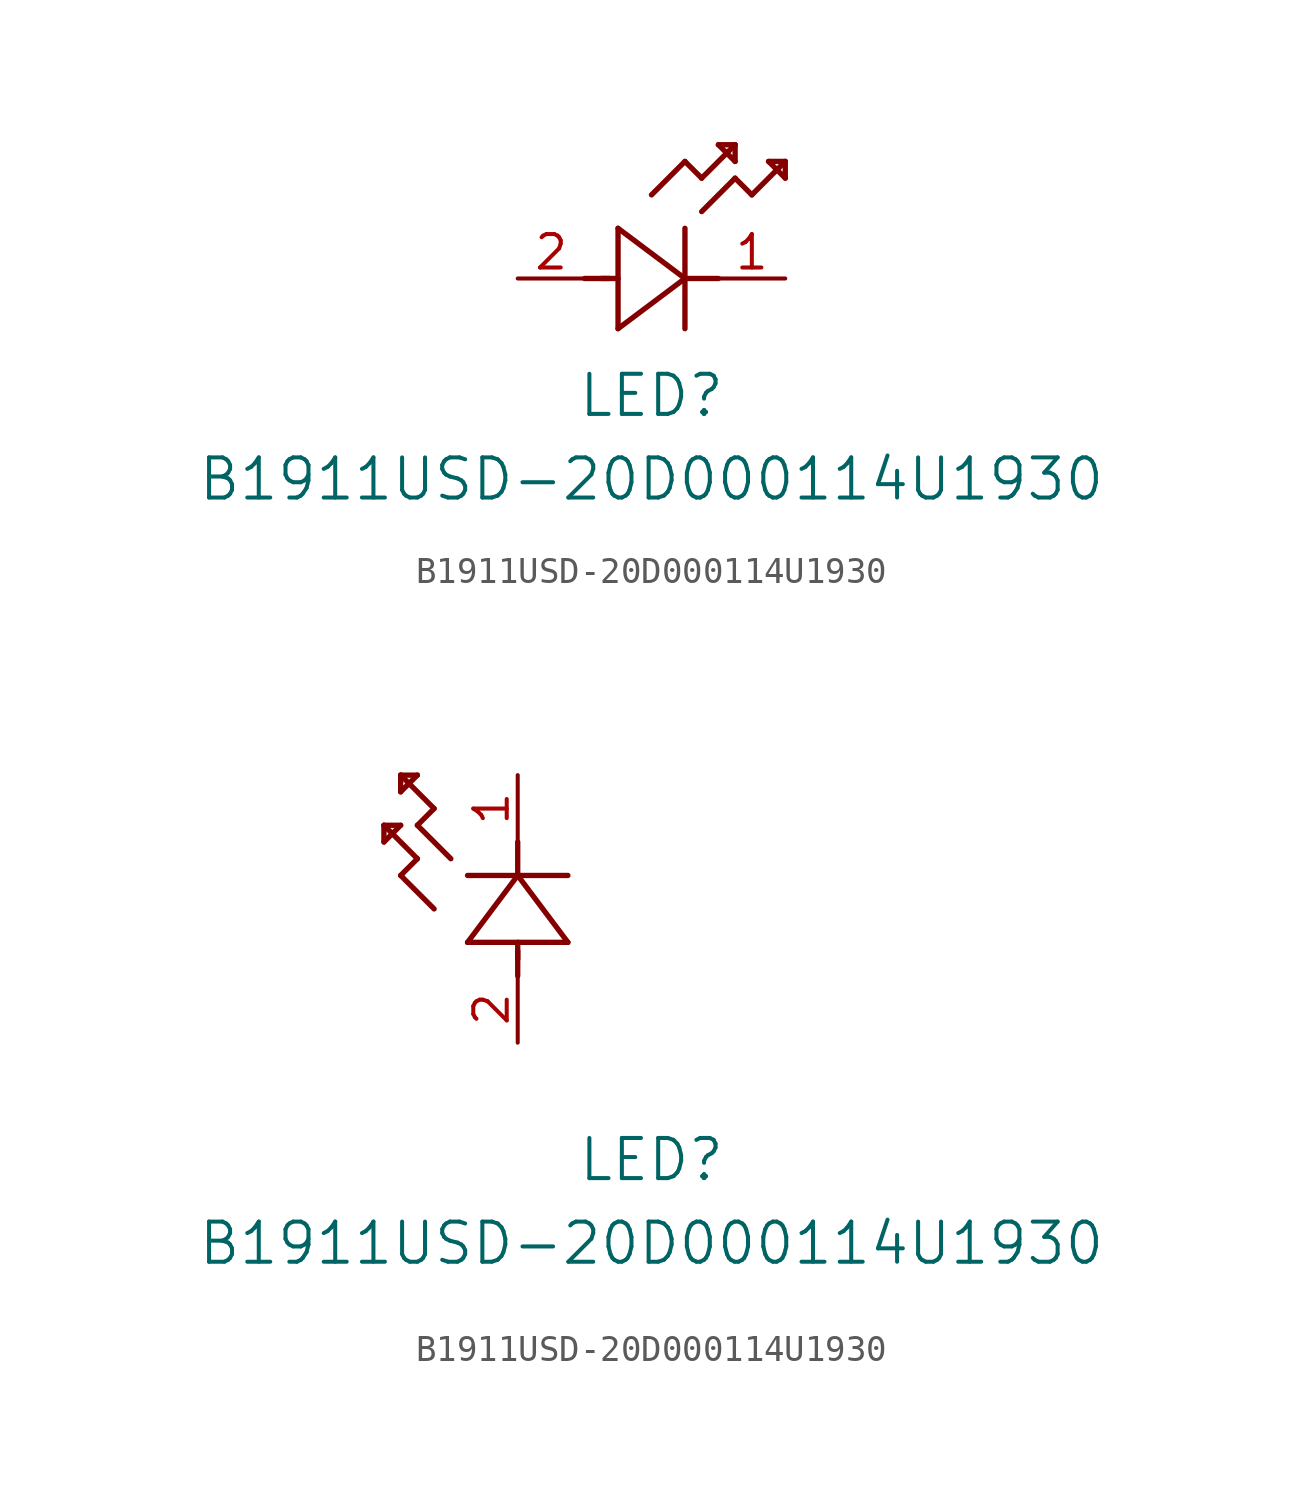
<source format=kicad_sym>
(kicad_symbol_lib
  (version 20211014)
  (generator kicad_symbol_editor)
  (symbol "B1911USD-20D000114U1930"
    (pin_names
      (offset 0.254))
    (property "Reference" "LED"
      (at 5.08 -4.445 0)
      (effects (font (size 1.524 1.524))))
    (property "Value" "B1911USD-20D000114U1930"
      (at 5.08 -7.62 0)
      (effects (font (size 1.524 1.524))))
    (symbol "B1911USD-20D000114U1930_1_1"
      (polyline (pts (xy 2.54 0) (xy 3.48 0)) (stroke (width 0.203) (type default) (color 0 0 0 0)) (fill (type none)))
      (polyline (pts (xy 3.81 1.905) (xy 3.81 -1.905)) (stroke (width 0.203) (type default) (color 0 0 0 0)) (fill (type none)))
      (polyline (pts (xy 3.175 0) (xy 3.81 0)) (stroke (width 0.203) (type default) (color 0 0 0 0)) (fill (type none)))
      (polyline (pts (xy 6.35 -1.905) (xy 6.35 1.905)) (stroke (width 0.203) (type default) (color 0 0 0 0)) (fill (type none)))
      (polyline (pts (xy 6.35 0) (xy 7.62 0)) (stroke (width 0.203) (type default) (color 0 0 0 0)) (fill (type none)))
      (polyline (pts (xy 6.35 4.445) (xy 6.985 3.81)) (stroke (width 0.203) (type default) (color 0 0 0 0)) (fill (type none)))
      (polyline (pts (xy 6.985 3.81) (xy 8.255 5.08)) (stroke (width 0.203) (type default) (color 0 0 0 0)) (fill (type none)))
      (polyline (pts (xy 8.255 3.81) (xy 8.89 3.175)) (stroke (width 0.203) (type default) (color 0 0 0 0)) (fill (type none)))
      (polyline (pts (xy 8.89 3.175) (xy 10.16 4.445)) (stroke (width 0.203) (type default) (color 0 0 0 0)) (fill (type none)))
      (polyline (pts (xy 8.255 5.08) (xy 7.62 5.08)) (stroke (width 0.203) (type default) (color 0 0 0 0)) (fill (type none)))
      (polyline (pts (xy 7.62 5.08) (xy 8.255 4.445)) (stroke (width 0.203) (type default) (color 0 0 0 0)) (fill (type none)))
      (polyline (pts (xy 8.255 4.445) (xy 8.255 5.08)) (stroke (width 0.203) (type default) (color 0 0 0 0)) (fill (type none)))
      (polyline (pts (xy 10.16 4.445) (xy 9.525 4.445)) (stroke (width 0.203) (type default) (color 0 0 0 0)) (fill (type none)))
      (polyline (pts (xy 9.525 4.445) (xy 10.16 3.81)) (stroke (width 0.203) (type default) (color 0 0 0 0)) (fill (type none)))
      (polyline (pts (xy 10.16 3.81) (xy 10.16 4.445)) (stroke (width 0.203) (type default) (color 0 0 0 0)) (fill (type none)))
      (polyline (pts (xy 6.985 2.54) (xy 8.255 3.81)) (stroke (width 0.203) (type default) (color 0 0 0 0)) (fill (type none)))
      (polyline (pts (xy 6.35 0) (xy 3.81 1.905)) (stroke (width 0.203) (type default) (color 0 0 0 0)) (fill (type none)))
      (polyline (pts (xy 3.81 -1.905) (xy 6.35 0)) (stroke (width 0.203) (type default) (color 0 0 0 0)) (fill (type none)))
      (polyline (pts (xy 5.08 3.175) (xy 6.35 4.445)) (stroke (width 0.203) (type default) (color 0 0 0 0)) (fill (type none)))
      (pin unspecified line (at 10.16 0 180) (length 2.54) (name "" (effects (font (size 1.27 1.27)))) (number "1" (effects (font (size 1.27 1.27)))))
      (pin unspecified line (at 0 0 0) (length 2.54) (name "" (effects (font (size 1.27 1.27)))) (number "2" (effects (font (size 1.27 1.27))))))
    (symbol "B1911USD-20D000114U1930_1_2"
      (polyline (pts (xy 0 2.54) (xy 0 3.48)) (stroke (width 0.203) (type default) (color 0 0 0 0)) (fill (type none)))
      (polyline (pts (xy -1.905 3.81) (xy 1.905 3.81)) (stroke (width 0.203) (type default) (color 0 0 0 0)) (fill (type none)))
      (polyline (pts (xy 0 3.175) (xy 0 3.81)) (stroke (width 0.203) (type default) (color 0 0 0 0)) (fill (type none)))
      (polyline (pts (xy 1.905 6.35) (xy -1.905 6.35)) (stroke (width 0.203) (type default) (color 0 0 0 0)) (fill (type none)))
      (polyline (pts (xy 0 6.35) (xy 0 7.62)) (stroke (width 0.203) (type default) (color 0 0 0 0)) (fill (type none)))
      (polyline (pts (xy 0 6.35) (xy -1.905 3.81)) (stroke (width 0.203) (type default) (color 0 0 0 0)) (fill (type none)))
      (polyline (pts (xy 1.905 3.81) (xy 0 6.35)) (stroke (width 0.203) (type default) (color 0 0 0 0)) (fill (type none)))
      (polyline (pts (xy -4.445 6.35) (xy -3.81 6.985)) (stroke (width 0.203) (type default) (color 0 0 0 0)) (fill (type none)))
      (polyline (pts (xy -2.54 6.985) (xy -3.81 8.255)) (stroke (width 0.203) (type default) (color 0 0 0 0)) (fill (type none)))
      (polyline (pts (xy -3.175 5.08) (xy -4.445 6.35)) (stroke (width 0.203) (type default) (color 0 0 0 0)) (fill (type none)))
      (polyline (pts (xy -4.445 10.16) (xy -4.445 9.525)) (stroke (width 0.203) (type default) (color 0 0 0 0)) (fill (type none)))
      (polyline (pts (xy -4.445 9.525) (xy -3.81 10.16)) (stroke (width 0.203) (type default) (color 0 0 0 0)) (fill (type none)))
      (polyline (pts (xy -3.81 10.16) (xy -4.445 10.16)) (stroke (width 0.203) (type default) (color 0 0 0 0)) (fill (type none)))
      (polyline (pts (xy -3.81 8.255) (xy -3.175 8.89)) (stroke (width 0.203) (type default) (color 0 0 0 0)) (fill (type none)))
      (polyline (pts (xy -3.175 8.89) (xy -4.445 10.16)) (stroke (width 0.203) (type default) (color 0 0 0 0)) (fill (type none)))
      (polyline (pts (xy -3.81 6.985) (xy -5.08 8.255)) (stroke (width 0.203) (type default) (color 0 0 0 0)) (fill (type none)))
      (polyline (pts (xy -5.08 8.255) (xy -5.08 7.62)) (stroke (width 0.203) (type default) (color 0 0 0 0)) (fill (type none)))
      (polyline (pts (xy -5.08 7.62) (xy -4.445 8.255)) (stroke (width 0.203) (type default) (color 0 0 0 0)) (fill (type none)))
      (polyline (pts (xy -4.445 8.255) (xy -5.08 8.255)) (stroke (width 0.203) (type default) (color 0 0 0 0)) (fill (type none)))
      (pin unspecified line (at 0 10.16 270) (length 2.54) (name "" (effects (font (size 1.27 1.27)))) (number "1" (effects (font (size 1.27 1.27)))))
      (pin unspecified line (at 0 0 90) (length 2.54) (name "" (effects (font (size 1.27 1.27)))) (number "2" (effects (font (size 1.27 1.27))))))))
</source>
